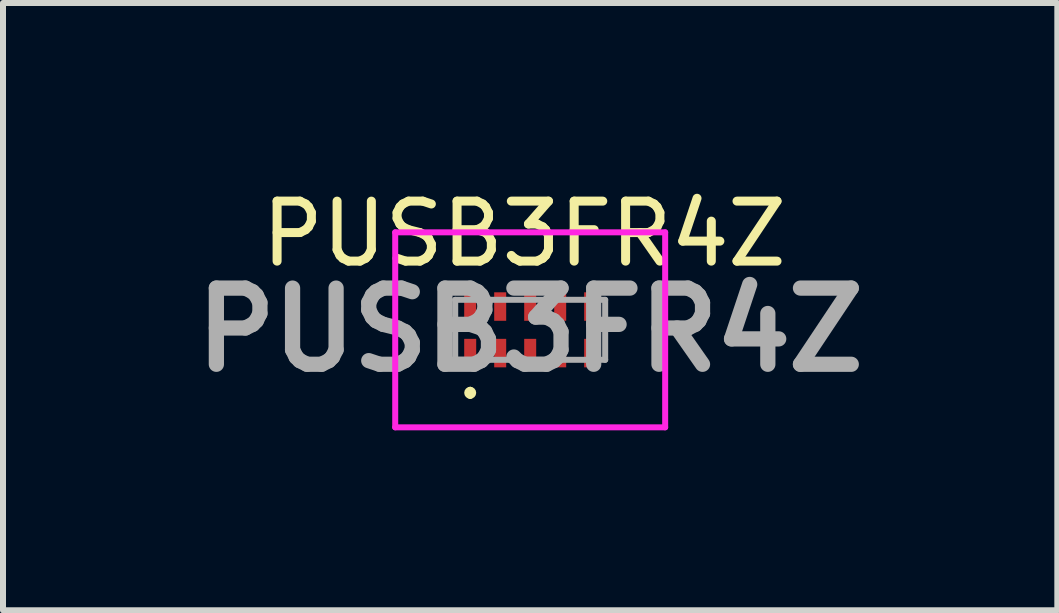
<source format=kicad_pcb>
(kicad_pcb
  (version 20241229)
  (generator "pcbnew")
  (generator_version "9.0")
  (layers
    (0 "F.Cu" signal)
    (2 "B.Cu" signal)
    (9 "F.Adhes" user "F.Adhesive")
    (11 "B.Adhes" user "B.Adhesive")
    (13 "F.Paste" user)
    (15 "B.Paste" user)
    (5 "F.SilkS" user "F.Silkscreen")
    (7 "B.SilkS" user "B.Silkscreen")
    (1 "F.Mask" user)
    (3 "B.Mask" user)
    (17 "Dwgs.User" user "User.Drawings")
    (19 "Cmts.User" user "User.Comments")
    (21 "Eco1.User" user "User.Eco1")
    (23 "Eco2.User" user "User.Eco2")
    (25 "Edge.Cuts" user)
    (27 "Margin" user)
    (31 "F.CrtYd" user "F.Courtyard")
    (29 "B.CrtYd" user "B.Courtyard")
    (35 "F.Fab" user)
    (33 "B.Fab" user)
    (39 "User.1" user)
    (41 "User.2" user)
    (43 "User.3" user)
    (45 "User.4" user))
  (footprint "PUSB3FR4Z"
    (layer "F.Cu")
    (at 5.788 2.448)
    (property "Reference" "PUSB3FR4Z" (at -0.1 -1.6 0) (layer "F.SilkS") (effects (font (size 1 1) (thickness 0.15))))
    (attr smd)
    (fp_line (start -1 1) (end -1 1) (stroke (width 0.1) (type solid)) (layer "F.SilkS"))
    (fp_line (start -1 1.1) (end -1 1.1) (stroke (width 0.1) (type solid)) (layer "F.SilkS"))
    (fp_arc (start -1 1) (mid -0.95 1.05) (end -1 1.1) (stroke (width 0.1) (type solid)) (layer "F.SilkS"))
    (fp_arc (start -1 1.1) (mid -1.05 1.05) (end -1 1) (stroke (width 0.1) (type solid)) (layer "F.SilkS"))
    (fp_line (start -2.25 -1.625) (end 2.25 -1.625) (stroke (width 0.1) (type solid)) (layer "F.CrtYd"))
    (fp_line (start -2.25 1.625) (end -2.25 -1.625) (stroke (width 0.1) (type solid)) (layer "F.CrtYd"))
    (fp_line (start 2.25 -1.625) (end 2.25 1.625) (stroke (width 0.1) (type solid)) (layer "F.CrtYd"))
    (fp_line (start 2.25 1.625) (end -2.25 1.625) (stroke (width 0.1) (type solid)) (layer "F.CrtYd"))
    (fp_line (start -1.25 -0.5) (end 1.25 -0.5) (stroke (width 0.1) (type solid)) (layer "F.Fab"))
    (fp_line (start -1.25 0.5) (end -1.25 -0.5) (stroke (width 0.1) (type solid)) (layer "F.Fab"))
    (fp_line (start 1.25 -0.5) (end 1.25 0.5) (stroke (width 0.1) (type solid)) (layer "F.Fab"))
    (fp_line (start 1.25 0.5) (end -1.25 0.5) (stroke (width 0.1) (type solid)) (layer "F.Fab"))
    (fp_text user "${REFERENCE}" (at 0 0 0) (layer "F.Fab") (effects (font (size 1.27 1.27) (thickness 0.254))))
    (pad "1" smd rect (at -1 0.388) (size 0.2 0.475) (layers "F.Cu" "F.Mask" "F.Paste"))
    (pad "2" smd rect (at -0.5 0.388) (size 0.2 0.475) (layers "F.Cu" "F.Mask" "F.Paste"))
    (pad "3" smd rect (at 0 0.388) (size 0.2 0.475) (layers "F.Cu" "F.Mask" "F.Paste"))
    (pad "4" smd rect (at 0.5 0.388) (size 0.2 0.475) (layers "F.Cu" "F.Mask" "F.Paste"))
    (pad "5" smd rect (at 1 0.388) (size 0.2 0.475) (layers "F.Cu" "F.Mask" "F.Paste"))
    (pad "6" smd rect (at 1 -0.388) (size 0.2 0.475) (layers "F.Cu" "F.Mask" "F.Paste"))
    (pad "7" smd rect (at 0.5 -0.388) (size 0.2 0.475) (layers "F.Cu" "F.Mask" "F.Paste"))
    (pad "8" smd rect (at 0 -0.388) (size 0.2 0.475) (layers "F.Cu" "F.Mask" "F.Paste"))
    (pad "9" smd rect (at -0.5 -0.388) (size 0.2 0.475) (layers "F.Cu" "F.Mask" "F.Paste"))
    (pad "10" smd rect (at -1 -0.388) (size 0.2 0.475) (layers "F.Cu" "F.Mask" "F.Paste")))
  (gr_rect
    (start -3 -3)
    (end 14.575 7.123)
    (stroke (width 0.1) (type default))
    (fill no)
    (layer "Edge.Cuts")))
</source>
